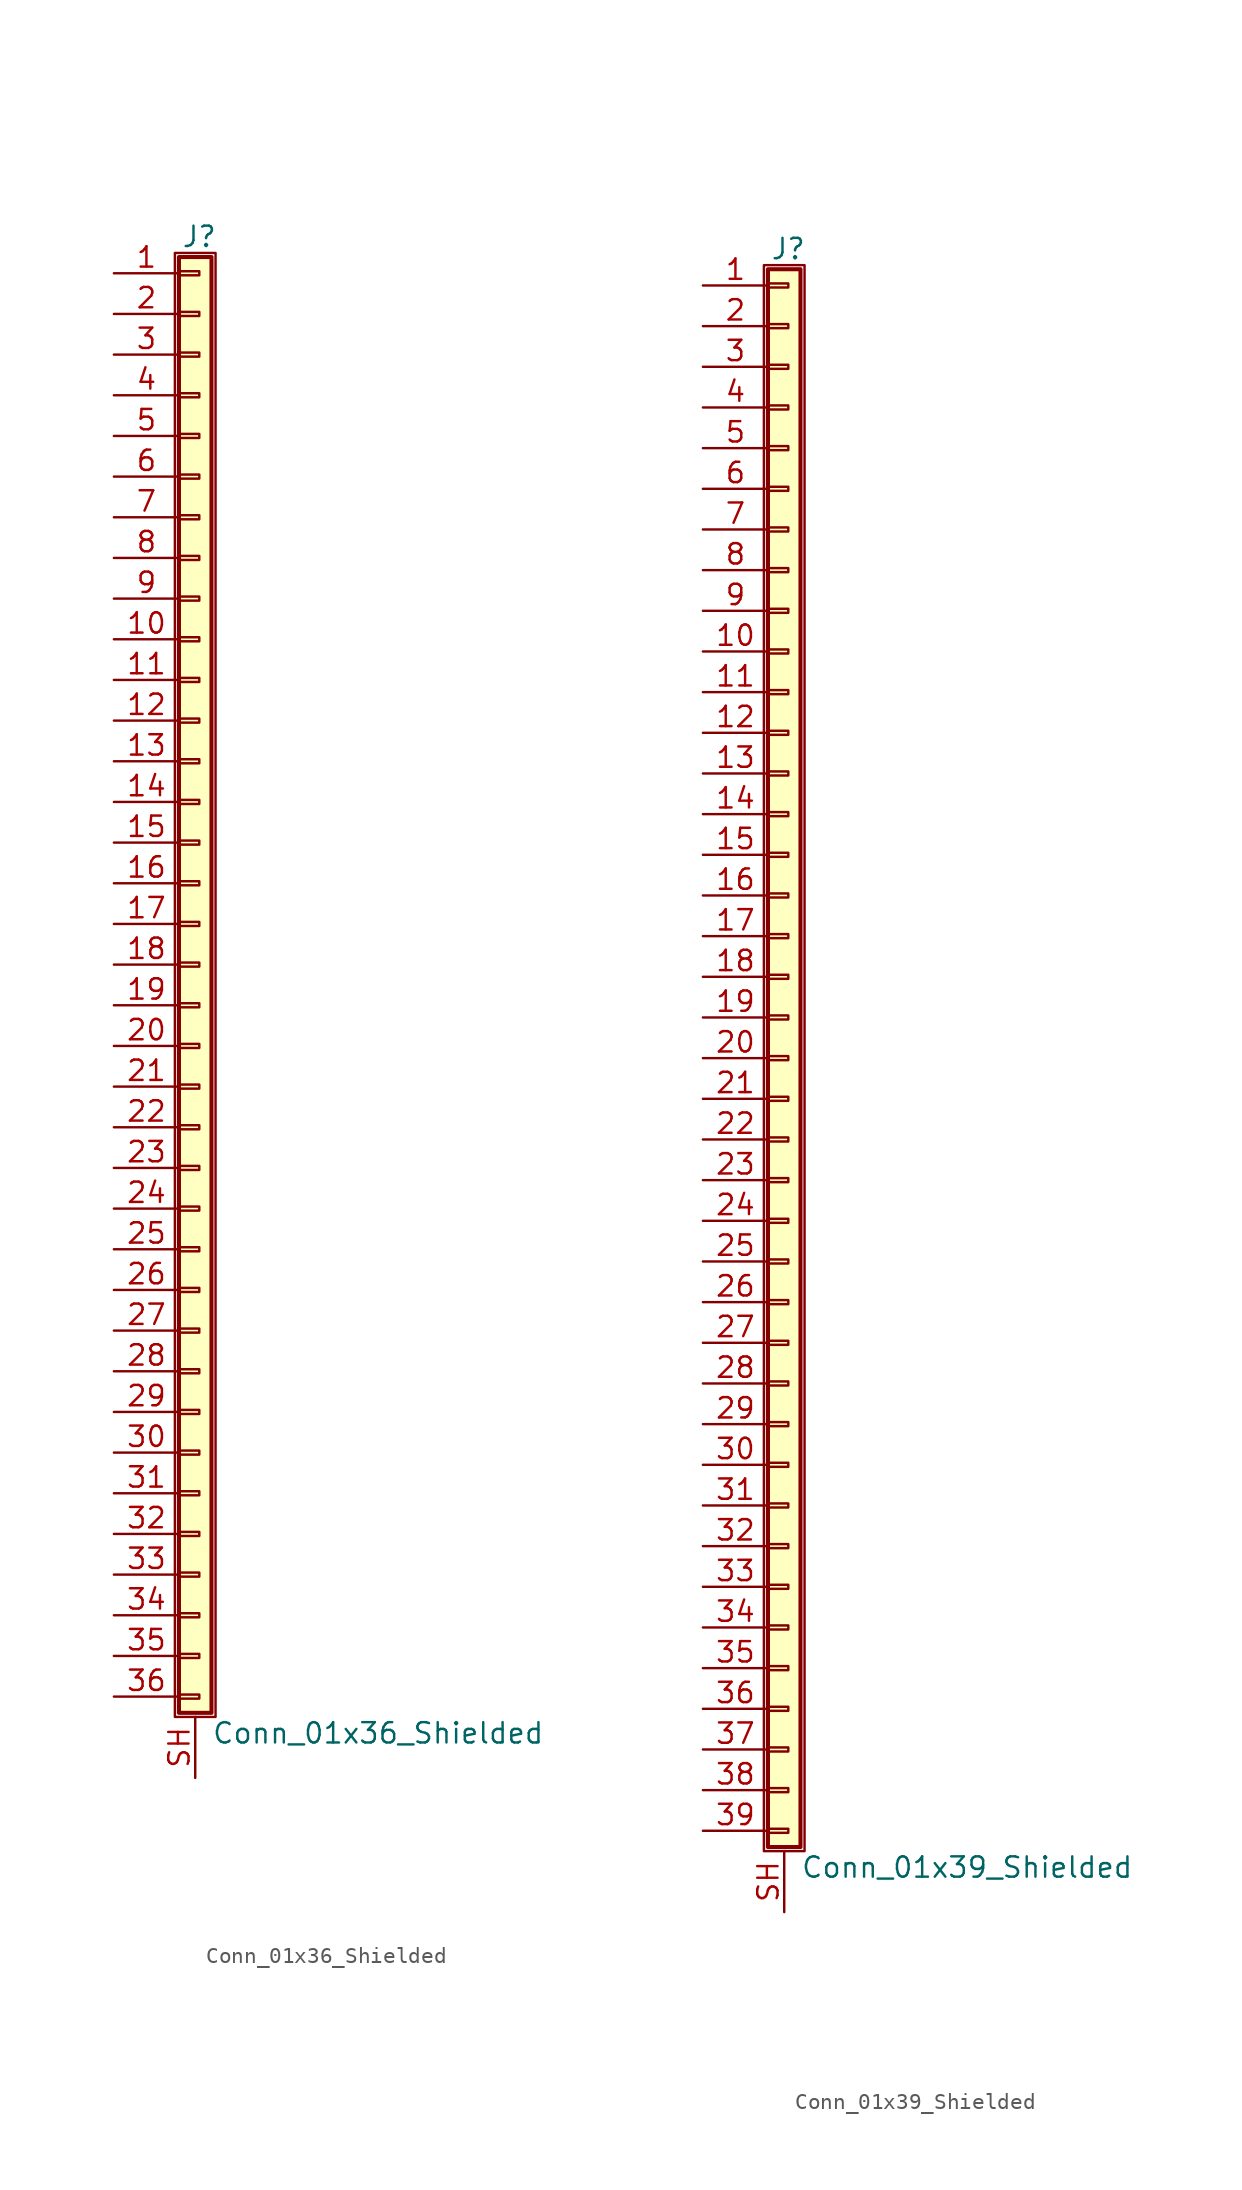
<source format=kicad_sym>
(kicad_symbol_lib
  (version 20201005)
  (generator kicad_symbol_editor)
  (symbol "Conn_01x36_Shielded"
    (pin_names
      (offset 1.016) hide)
    (property "Reference" "J"
      (at 0.254 45.466 0)
      (effects (font (size 1.27 1.27))))
    (property "Value" "Conn_01x36_Shielded"
      (at 1.016 -48.006 0)
      (effects (font (size 1.27 1.27)) (justify left)))
    (symbol "Conn_01x36_Shielded_1_1"
      (rectangle (start -1.27 44.45) (end 1.27 -46.99) (stroke (width 0.152)) (fill (type none)))
      (rectangle (start -1.016 -45.593) (end 0.254 -45.847) (stroke (width 0.152)) (fill (type none)))
      (rectangle (start -1.016 -43.053) (end 0.254 -43.307) (stroke (width 0.152)) (fill (type none)))
      (rectangle (start -1.016 -40.513) (end 0.254 -40.767) (stroke (width 0.152)) (fill (type none)))
      (rectangle (start -1.016 -37.973) (end 0.254 -38.227) (stroke (width 0.152)) (fill (type none)))
      (rectangle (start -1.016 -35.433) (end 0.254 -35.687) (stroke (width 0.152)) (fill (type none)))
      (rectangle (start -1.016 -32.893) (end 0.254 -33.147) (stroke (width 0.152)) (fill (type none)))
      (rectangle (start -1.016 -30.353) (end 0.254 -30.607) (stroke (width 0.152)) (fill (type none)))
      (rectangle (start -1.016 -27.813) (end 0.254 -28.067) (stroke (width 0.152)) (fill (type none)))
      (rectangle (start -1.016 -25.273) (end 0.254 -25.527) (stroke (width 0.152)) (fill (type none)))
      (rectangle (start -1.016 -22.733) (end 0.254 -22.987) (stroke (width 0.152)) (fill (type none)))
      (rectangle (start -1.016 -20.193) (end 0.254 -20.447) (stroke (width 0.152)) (fill (type none)))
      (rectangle (start -1.016 -17.653) (end 0.254 -17.907) (stroke (width 0.152)) (fill (type none)))
      (rectangle (start -1.016 -15.113) (end 0.254 -15.367) (stroke (width 0.152)) (fill (type none)))
      (rectangle (start -1.016 -12.573) (end 0.254 -12.827) (stroke (width 0.152)) (fill (type none)))
      (rectangle (start -1.016 -10.033) (end 0.254 -10.287) (stroke (width 0.152)) (fill (type none)))
      (rectangle (start -1.016 -7.493) (end 0.254 -7.747) (stroke (width 0.152)) (fill (type none)))
      (rectangle (start -1.016 -4.953) (end 0.254 -5.207) (stroke (width 0.152)) (fill (type none)))
      (rectangle (start -1.016 -2.413) (end 0.254 -2.667) (stroke (width 0.152)) (fill (type none)))
      (rectangle (start -1.016 0.127) (end 0.254 -0.127) (stroke (width 0.152)) (fill (type none)))
      (rectangle (start -1.016 2.667) (end 0.254 2.413) (stroke (width 0.152)) (fill (type none)))
      (rectangle (start -1.016 5.207) (end 0.254 4.953) (stroke (width 0.152)) (fill (type none)))
      (rectangle (start -1.016 7.747) (end 0.254 7.493) (stroke (width 0.152)) (fill (type none)))
      (rectangle (start -1.016 10.287) (end 0.254 10.033) (stroke (width 0.152)) (fill (type none)))
      (rectangle (start -1.016 12.827) (end 0.254 12.573) (stroke (width 0.152)) (fill (type none)))
      (rectangle (start -1.016 15.367) (end 0.254 15.113) (stroke (width 0.152)) (fill (type none)))
      (rectangle (start -1.016 17.907) (end 0.254 17.653) (stroke (width 0.152)) (fill (type none)))
      (rectangle (start -1.016 20.447) (end 0.254 20.193) (stroke (width 0.152)) (fill (type none)))
      (rectangle (start -1.016 22.987) (end 0.254 22.733) (stroke (width 0.152)) (fill (type none)))
      (rectangle (start -1.016 25.527) (end 0.254 25.273) (stroke (width 0.152)) (fill (type none)))
      (rectangle (start -1.016 28.067) (end 0.254 27.813) (stroke (width 0.152)) (fill (type none)))
      (rectangle (start -1.016 30.607) (end 0.254 30.353) (stroke (width 0.152)) (fill (type none)))
      (rectangle (start -1.016 33.147) (end 0.254 32.893) (stroke (width 0.152)) (fill (type none)))
      (rectangle (start -1.016 35.687) (end 0.254 35.433) (stroke (width 0.152)) (fill (type none)))
      (rectangle (start -1.016 38.227) (end 0.254 37.973) (stroke (width 0.152)) (fill (type none)))
      (rectangle (start -1.016 40.767) (end 0.254 40.513) (stroke (width 0.152)) (fill (type none)))
      (rectangle (start -1.016 43.307) (end 0.254 43.053) (stroke (width 0.152)) (fill (type none)))
      (rectangle (start -1.016 44.196) (end 1.016 -46.736) (stroke (width 0.254)) (fill (type background)))
      (pin passive line (at -5.08 43.18 0) (length 4.064) (name "Pin_1" (effects (font (size 1.27 1.27)))) (number "1" (effects (font (size 1.27 1.27)))))
      (pin passive line (at -5.08 20.32 0) (length 4.064) (name "Pin_10" (effects (font (size 1.27 1.27)))) (number "10" (effects (font (size 1.27 1.27)))))
      (pin passive line (at -5.08 17.78 0) (length 4.064) (name "Pin_11" (effects (font (size 1.27 1.27)))) (number "11" (effects (font (size 1.27 1.27)))))
      (pin passive line (at -5.08 15.24 0) (length 4.064) (name "Pin_12" (effects (font (size 1.27 1.27)))) (number "12" (effects (font (size 1.27 1.27)))))
      (pin passive line (at -5.08 12.7 0) (length 4.064) (name "Pin_13" (effects (font (size 1.27 1.27)))) (number "13" (effects (font (size 1.27 1.27)))))
      (pin passive line (at -5.08 10.16 0) (length 4.064) (name "Pin_14" (effects (font (size 1.27 1.27)))) (number "14" (effects (font (size 1.27 1.27)))))
      (pin passive line (at -5.08 7.62 0) (length 4.064) (name "Pin_15" (effects (font (size 1.27 1.27)))) (number "15" (effects (font (size 1.27 1.27)))))
      (pin passive line (at -5.08 5.08 0) (length 4.064) (name "Pin_16" (effects (font (size 1.27 1.27)))) (number "16" (effects (font (size 1.27 1.27)))))
      (pin passive line (at -5.08 2.54 0) (length 4.064) (name "Pin_17" (effects (font (size 1.27 1.27)))) (number "17" (effects (font (size 1.27 1.27)))))
      (pin passive line (at -5.08 0 0) (length 4.064) (name "Pin_18" (effects (font (size 1.27 1.27)))) (number "18" (effects (font (size 1.27 1.27)))))
      (pin passive line (at -5.08 -2.54 0) (length 4.064) (name "Pin_19" (effects (font (size 1.27 1.27)))) (number "19" (effects (font (size 1.27 1.27)))))
      (pin passive line (at -5.08 40.64 0) (length 4.064) (name "Pin_2" (effects (font (size 1.27 1.27)))) (number "2" (effects (font (size 1.27 1.27)))))
      (pin passive line (at -5.08 -5.08 0) (length 4.064) (name "Pin_20" (effects (font (size 1.27 1.27)))) (number "20" (effects (font (size 1.27 1.27)))))
      (pin passive line (at -5.08 -7.62 0) (length 4.064) (name "Pin_21" (effects (font (size 1.27 1.27)))) (number "21" (effects (font (size 1.27 1.27)))))
      (pin passive line (at -5.08 -10.16 0) (length 4.064) (name "Pin_22" (effects (font (size 1.27 1.27)))) (number "22" (effects (font (size 1.27 1.27)))))
      (pin passive line (at -5.08 -12.7 0) (length 4.064) (name "Pin_23" (effects (font (size 1.27 1.27)))) (number "23" (effects (font (size 1.27 1.27)))))
      (pin passive line (at -5.08 -15.24 0) (length 4.064) (name "Pin_24" (effects (font (size 1.27 1.27)))) (number "24" (effects (font (size 1.27 1.27)))))
      (pin passive line (at -5.08 -17.78 0) (length 4.064) (name "Pin_25" (effects (font (size 1.27 1.27)))) (number "25" (effects (font (size 1.27 1.27)))))
      (pin passive line (at -5.08 -20.32 0) (length 4.064) (name "Pin_26" (effects (font (size 1.27 1.27)))) (number "26" (effects (font (size 1.27 1.27)))))
      (pin passive line (at -5.08 -22.86 0) (length 4.064) (name "Pin_27" (effects (font (size 1.27 1.27)))) (number "27" (effects (font (size 1.27 1.27)))))
      (pin passive line (at -5.08 -25.4 0) (length 4.064) (name "Pin_28" (effects (font (size 1.27 1.27)))) (number "28" (effects (font (size 1.27 1.27)))))
      (pin passive line (at -5.08 -27.94 0) (length 4.064) (name "Pin_29" (effects (font (size 1.27 1.27)))) (number "29" (effects (font (size 1.27 1.27)))))
      (pin passive line (at -5.08 38.1 0) (length 4.064) (name "Pin_3" (effects (font (size 1.27 1.27)))) (number "3" (effects (font (size 1.27 1.27)))))
      (pin passive line (at -5.08 -30.48 0) (length 4.064) (name "Pin_30" (effects (font (size 1.27 1.27)))) (number "30" (effects (font (size 1.27 1.27)))))
      (pin passive line (at -5.08 -33.02 0) (length 4.064) (name "Pin_31" (effects (font (size 1.27 1.27)))) (number "31" (effects (font (size 1.27 1.27)))))
      (pin passive line (at -5.08 -35.56 0) (length 4.064) (name "Pin_32" (effects (font (size 1.27 1.27)))) (number "32" (effects (font (size 1.27 1.27)))))
      (pin passive line (at -5.08 -38.1 0) (length 4.064) (name "Pin_33" (effects (font (size 1.27 1.27)))) (number "33" (effects (font (size 1.27 1.27)))))
      (pin passive line (at -5.08 -40.64 0) (length 4.064) (name "Pin_34" (effects (font (size 1.27 1.27)))) (number "34" (effects (font (size 1.27 1.27)))))
      (pin passive line (at -5.08 -43.18 0) (length 4.064) (name "Pin_35" (effects (font (size 1.27 1.27)))) (number "35" (effects (font (size 1.27 1.27)))))
      (pin passive line (at -5.08 -45.72 0) (length 4.064) (name "Pin_36" (effects (font (size 1.27 1.27)))) (number "36" (effects (font (size 1.27 1.27)))))
      (pin passive line (at -5.08 35.56 0) (length 4.064) (name "Pin_4" (effects (font (size 1.27 1.27)))) (number "4" (effects (font (size 1.27 1.27)))))
      (pin passive line (at -5.08 33.02 0) (length 4.064) (name "Pin_5" (effects (font (size 1.27 1.27)))) (number "5" (effects (font (size 1.27 1.27)))))
      (pin passive line (at -5.08 30.48 0) (length 4.064) (name "Pin_6" (effects (font (size 1.27 1.27)))) (number "6" (effects (font (size 1.27 1.27)))))
      (pin passive line (at -5.08 27.94 0) (length 4.064) (name "Pin_7" (effects (font (size 1.27 1.27)))) (number "7" (effects (font (size 1.27 1.27)))))
      (pin passive line (at -5.08 25.4 0) (length 4.064) (name "Pin_8" (effects (font (size 1.27 1.27)))) (number "8" (effects (font (size 1.27 1.27)))))
      (pin passive line (at -5.08 22.86 0) (length 4.064) (name "Pin_9" (effects (font (size 1.27 1.27)))) (number "9" (effects (font (size 1.27 1.27)))))
      (pin passive line (at 0 -50.8 90) (length 3.81) (name "Shield" (effects (font (size 1.27 1.27)))) (number "SH" (effects (font (size 1.27 1.27)))))))
  (symbol "Conn_01x39_Shielded"
    (pin_names
      (offset 1.016) hide)
    (property "Reference" "J"
      (at 0.254 50.546 0)
      (effects (font (size 1.27 1.27))))
    (property "Value" "Conn_01x39_Shielded"
      (at 1.016 -50.546 0)
      (effects (font (size 1.27 1.27)) (justify left)))
    (symbol "Conn_01x39_Shielded_1_1"
      (rectangle (start -1.27 49.53) (end 1.27 -49.53) (stroke (width 0.152)) (fill (type none)))
      (rectangle (start -1.016 -48.133) (end 0.254 -48.387) (stroke (width 0.152)) (fill (type none)))
      (rectangle (start -1.016 -45.593) (end 0.254 -45.847) (stroke (width 0.152)) (fill (type none)))
      (rectangle (start -1.016 -43.053) (end 0.254 -43.307) (stroke (width 0.152)) (fill (type none)))
      (rectangle (start -1.016 -40.513) (end 0.254 -40.767) (stroke (width 0.152)) (fill (type none)))
      (rectangle (start -1.016 -37.973) (end 0.254 -38.227) (stroke (width 0.152)) (fill (type none)))
      (rectangle (start -1.016 -35.433) (end 0.254 -35.687) (stroke (width 0.152)) (fill (type none)))
      (rectangle (start -1.016 -32.893) (end 0.254 -33.147) (stroke (width 0.152)) (fill (type none)))
      (rectangle (start -1.016 -30.353) (end 0.254 -30.607) (stroke (width 0.152)) (fill (type none)))
      (rectangle (start -1.016 -27.813) (end 0.254 -28.067) (stroke (width 0.152)) (fill (type none)))
      (rectangle (start -1.016 -25.273) (end 0.254 -25.527) (stroke (width 0.152)) (fill (type none)))
      (rectangle (start -1.016 -22.733) (end 0.254 -22.987) (stroke (width 0.152)) (fill (type none)))
      (rectangle (start -1.016 -20.193) (end 0.254 -20.447) (stroke (width 0.152)) (fill (type none)))
      (rectangle (start -1.016 -17.653) (end 0.254 -17.907) (stroke (width 0.152)) (fill (type none)))
      (rectangle (start -1.016 -15.113) (end 0.254 -15.367) (stroke (width 0.152)) (fill (type none)))
      (rectangle (start -1.016 -12.573) (end 0.254 -12.827) (stroke (width 0.152)) (fill (type none)))
      (rectangle (start -1.016 -10.033) (end 0.254 -10.287) (stroke (width 0.152)) (fill (type none)))
      (rectangle (start -1.016 -7.493) (end 0.254 -7.747) (stroke (width 0.152)) (fill (type none)))
      (rectangle (start -1.016 -4.953) (end 0.254 -5.207) (stroke (width 0.152)) (fill (type none)))
      (rectangle (start -1.016 -2.413) (end 0.254 -2.667) (stroke (width 0.152)) (fill (type none)))
      (rectangle (start -1.016 0.127) (end 0.254 -0.127) (stroke (width 0.152)) (fill (type none)))
      (rectangle (start -1.016 2.667) (end 0.254 2.413) (stroke (width 0.152)) (fill (type none)))
      (rectangle (start -1.016 5.207) (end 0.254 4.953) (stroke (width 0.152)) (fill (type none)))
      (rectangle (start -1.016 7.747) (end 0.254 7.493) (stroke (width 0.152)) (fill (type none)))
      (rectangle (start -1.016 10.287) (end 0.254 10.033) (stroke (width 0.152)) (fill (type none)))
      (rectangle (start -1.016 12.827) (end 0.254 12.573) (stroke (width 0.152)) (fill (type none)))
      (rectangle (start -1.016 15.367) (end 0.254 15.113) (stroke (width 0.152)) (fill (type none)))
      (rectangle (start -1.016 17.907) (end 0.254 17.653) (stroke (width 0.152)) (fill (type none)))
      (rectangle (start -1.016 20.447) (end 0.254 20.193) (stroke (width 0.152)) (fill (type none)))
      (rectangle (start -1.016 22.987) (end 0.254 22.733) (stroke (width 0.152)) (fill (type none)))
      (rectangle (start -1.016 25.527) (end 0.254 25.273) (stroke (width 0.152)) (fill (type none)))
      (rectangle (start -1.016 28.067) (end 0.254 27.813) (stroke (width 0.152)) (fill (type none)))
      (rectangle (start -1.016 30.607) (end 0.254 30.353) (stroke (width 0.152)) (fill (type none)))
      (rectangle (start -1.016 33.147) (end 0.254 32.893) (stroke (width 0.152)) (fill (type none)))
      (rectangle (start -1.016 35.687) (end 0.254 35.433) (stroke (width 0.152)) (fill (type none)))
      (rectangle (start -1.016 38.227) (end 0.254 37.973) (stroke (width 0.152)) (fill (type none)))
      (rectangle (start -1.016 40.767) (end 0.254 40.513) (stroke (width 0.152)) (fill (type none)))
      (rectangle (start -1.016 43.307) (end 0.254 43.053) (stroke (width 0.152)) (fill (type none)))
      (rectangle (start -1.016 45.847) (end 0.254 45.593) (stroke (width 0.152)) (fill (type none)))
      (rectangle (start -1.016 48.387) (end 0.254 48.133) (stroke (width 0.152)) (fill (type none)))
      (rectangle (start -1.016 49.276) (end 1.016 -49.276) (stroke (width 0.254)) (fill (type background)))
      (pin passive line (at -5.08 48.26 0) (length 4.064) (name "Pin_1" (effects (font (size 1.27 1.27)))) (number "1" (effects (font (size 1.27 1.27)))))
      (pin passive line (at -5.08 25.4 0) (length 4.064) (name "Pin_10" (effects (font (size 1.27 1.27)))) (number "10" (effects (font (size 1.27 1.27)))))
      (pin passive line (at -5.08 22.86 0) (length 4.064) (name "Pin_11" (effects (font (size 1.27 1.27)))) (number "11" (effects (font (size 1.27 1.27)))))
      (pin passive line (at -5.08 20.32 0) (length 4.064) (name "Pin_12" (effects (font (size 1.27 1.27)))) (number "12" (effects (font (size 1.27 1.27)))))
      (pin passive line (at -5.08 17.78 0) (length 4.064) (name "Pin_13" (effects (font (size 1.27 1.27)))) (number "13" (effects (font (size 1.27 1.27)))))
      (pin passive line (at -5.08 15.24 0) (length 4.064) (name "Pin_14" (effects (font (size 1.27 1.27)))) (number "14" (effects (font (size 1.27 1.27)))))
      (pin passive line (at -5.08 12.7 0) (length 4.064) (name "Pin_15" (effects (font (size 1.27 1.27)))) (number "15" (effects (font (size 1.27 1.27)))))
      (pin passive line (at -5.08 10.16 0) (length 4.064) (name "Pin_16" (effects (font (size 1.27 1.27)))) (number "16" (effects (font (size 1.27 1.27)))))
      (pin passive line (at -5.08 7.62 0) (length 4.064) (name "Pin_17" (effects (font (size 1.27 1.27)))) (number "17" (effects (font (size 1.27 1.27)))))
      (pin passive line (at -5.08 5.08 0) (length 4.064) (name "Pin_18" (effects (font (size 1.27 1.27)))) (number "18" (effects (font (size 1.27 1.27)))))
      (pin passive line (at -5.08 2.54 0) (length 4.064) (name "Pin_19" (effects (font (size 1.27 1.27)))) (number "19" (effects (font (size 1.27 1.27)))))
      (pin passive line (at -5.08 45.72 0) (length 4.064) (name "Pin_2" (effects (font (size 1.27 1.27)))) (number "2" (effects (font (size 1.27 1.27)))))
      (pin passive line (at -5.08 0 0) (length 4.064) (name "Pin_20" (effects (font (size 1.27 1.27)))) (number "20" (effects (font (size 1.27 1.27)))))
      (pin passive line (at -5.08 -2.54 0) (length 4.064) (name "Pin_21" (effects (font (size 1.27 1.27)))) (number "21" (effects (font (size 1.27 1.27)))))
      (pin passive line (at -5.08 -5.08 0) (length 4.064) (name "Pin_22" (effects (font (size 1.27 1.27)))) (number "22" (effects (font (size 1.27 1.27)))))
      (pin passive line (at -5.08 -7.62 0) (length 4.064) (name "Pin_23" (effects (font (size 1.27 1.27)))) (number "23" (effects (font (size 1.27 1.27)))))
      (pin passive line (at -5.08 -10.16 0) (length 4.064) (name "Pin_24" (effects (font (size 1.27 1.27)))) (number "24" (effects (font (size 1.27 1.27)))))
      (pin passive line (at -5.08 -12.7 0) (length 4.064) (name "Pin_25" (effects (font (size 1.27 1.27)))) (number "25" (effects (font (size 1.27 1.27)))))
      (pin passive line (at -5.08 -15.24 0) (length 4.064) (name "Pin_26" (effects (font (size 1.27 1.27)))) (number "26" (effects (font (size 1.27 1.27)))))
      (pin passive line (at -5.08 -17.78 0) (length 4.064) (name "Pin_27" (effects (font (size 1.27 1.27)))) (number "27" (effects (font (size 1.27 1.27)))))
      (pin passive line (at -5.08 -20.32 0) (length 4.064) (name "Pin_28" (effects (font (size 1.27 1.27)))) (number "28" (effects (font (size 1.27 1.27)))))
      (pin passive line (at -5.08 -22.86 0) (length 4.064) (name "Pin_29" (effects (font (size 1.27 1.27)))) (number "29" (effects (font (size 1.27 1.27)))))
      (pin passive line (at -5.08 43.18 0) (length 4.064) (name "Pin_3" (effects (font (size 1.27 1.27)))) (number "3" (effects (font (size 1.27 1.27)))))
      (pin passive line (at -5.08 -25.4 0) (length 4.064) (name "Pin_30" (effects (font (size 1.27 1.27)))) (number "30" (effects (font (size 1.27 1.27)))))
      (pin passive line (at -5.08 -27.94 0) (length 4.064) (name "Pin_31" (effects (font (size 1.27 1.27)))) (number "31" (effects (font (size 1.27 1.27)))))
      (pin passive line (at -5.08 -30.48 0) (length 4.064) (name "Pin_32" (effects (font (size 1.27 1.27)))) (number "32" (effects (font (size 1.27 1.27)))))
      (pin passive line (at -5.08 -33.02 0) (length 4.064) (name "Pin_33" (effects (font (size 1.27 1.27)))) (number "33" (effects (font (size 1.27 1.27)))))
      (pin passive line (at -5.08 -35.56 0) (length 4.064) (name "Pin_34" (effects (font (size 1.27 1.27)))) (number "34" (effects (font (size 1.27 1.27)))))
      (pin passive line (at -5.08 -38.1 0) (length 4.064) (name "Pin_35" (effects (font (size 1.27 1.27)))) (number "35" (effects (font (size 1.27 1.27)))))
      (pin passive line (at -5.08 -40.64 0) (length 4.064) (name "Pin_36" (effects (font (size 1.27 1.27)))) (number "36" (effects (font (size 1.27 1.27)))))
      (pin passive line (at -5.08 -43.18 0) (length 4.064) (name "Pin_37" (effects (font (size 1.27 1.27)))) (number "37" (effects (font (size 1.27 1.27)))))
      (pin passive line (at -5.08 -45.72 0) (length 4.064) (name "Pin_38" (effects (font (size 1.27 1.27)))) (number "38" (effects (font (size 1.27 1.27)))))
      (pin passive line (at -5.08 -48.26 0) (length 4.064) (name "Pin_39" (effects (font (size 1.27 1.27)))) (number "39" (effects (font (size 1.27 1.27)))))
      (pin passive line (at -5.08 40.64 0) (length 4.064) (name "Pin_4" (effects (font (size 1.27 1.27)))) (number "4" (effects (font (size 1.27 1.27)))))
      (pin passive line (at -5.08 38.1 0) (length 4.064) (name "Pin_5" (effects (font (size 1.27 1.27)))) (number "5" (effects (font (size 1.27 1.27)))))
      (pin passive line (at -5.08 35.56 0) (length 4.064) (name "Pin_6" (effects (font (size 1.27 1.27)))) (number "6" (effects (font (size 1.27 1.27)))))
      (pin passive line (at -5.08 33.02 0) (length 4.064) (name "Pin_7" (effects (font (size 1.27 1.27)))) (number "7" (effects (font (size 1.27 1.27)))))
      (pin passive line (at -5.08 30.48 0) (length 4.064) (name "Pin_8" (effects (font (size 1.27 1.27)))) (number "8" (effects (font (size 1.27 1.27)))))
      (pin passive line (at -5.08 27.94 0) (length 4.064) (name "Pin_9" (effects (font (size 1.27 1.27)))) (number "9" (effects (font (size 1.27 1.27)))))
      (pin passive line (at 0 -53.34 90) (length 3.81) (name "Shield" (effects (font (size 1.27 1.27)))) (number "SH" (effects (font (size 1.27 1.27))))))))
</source>
